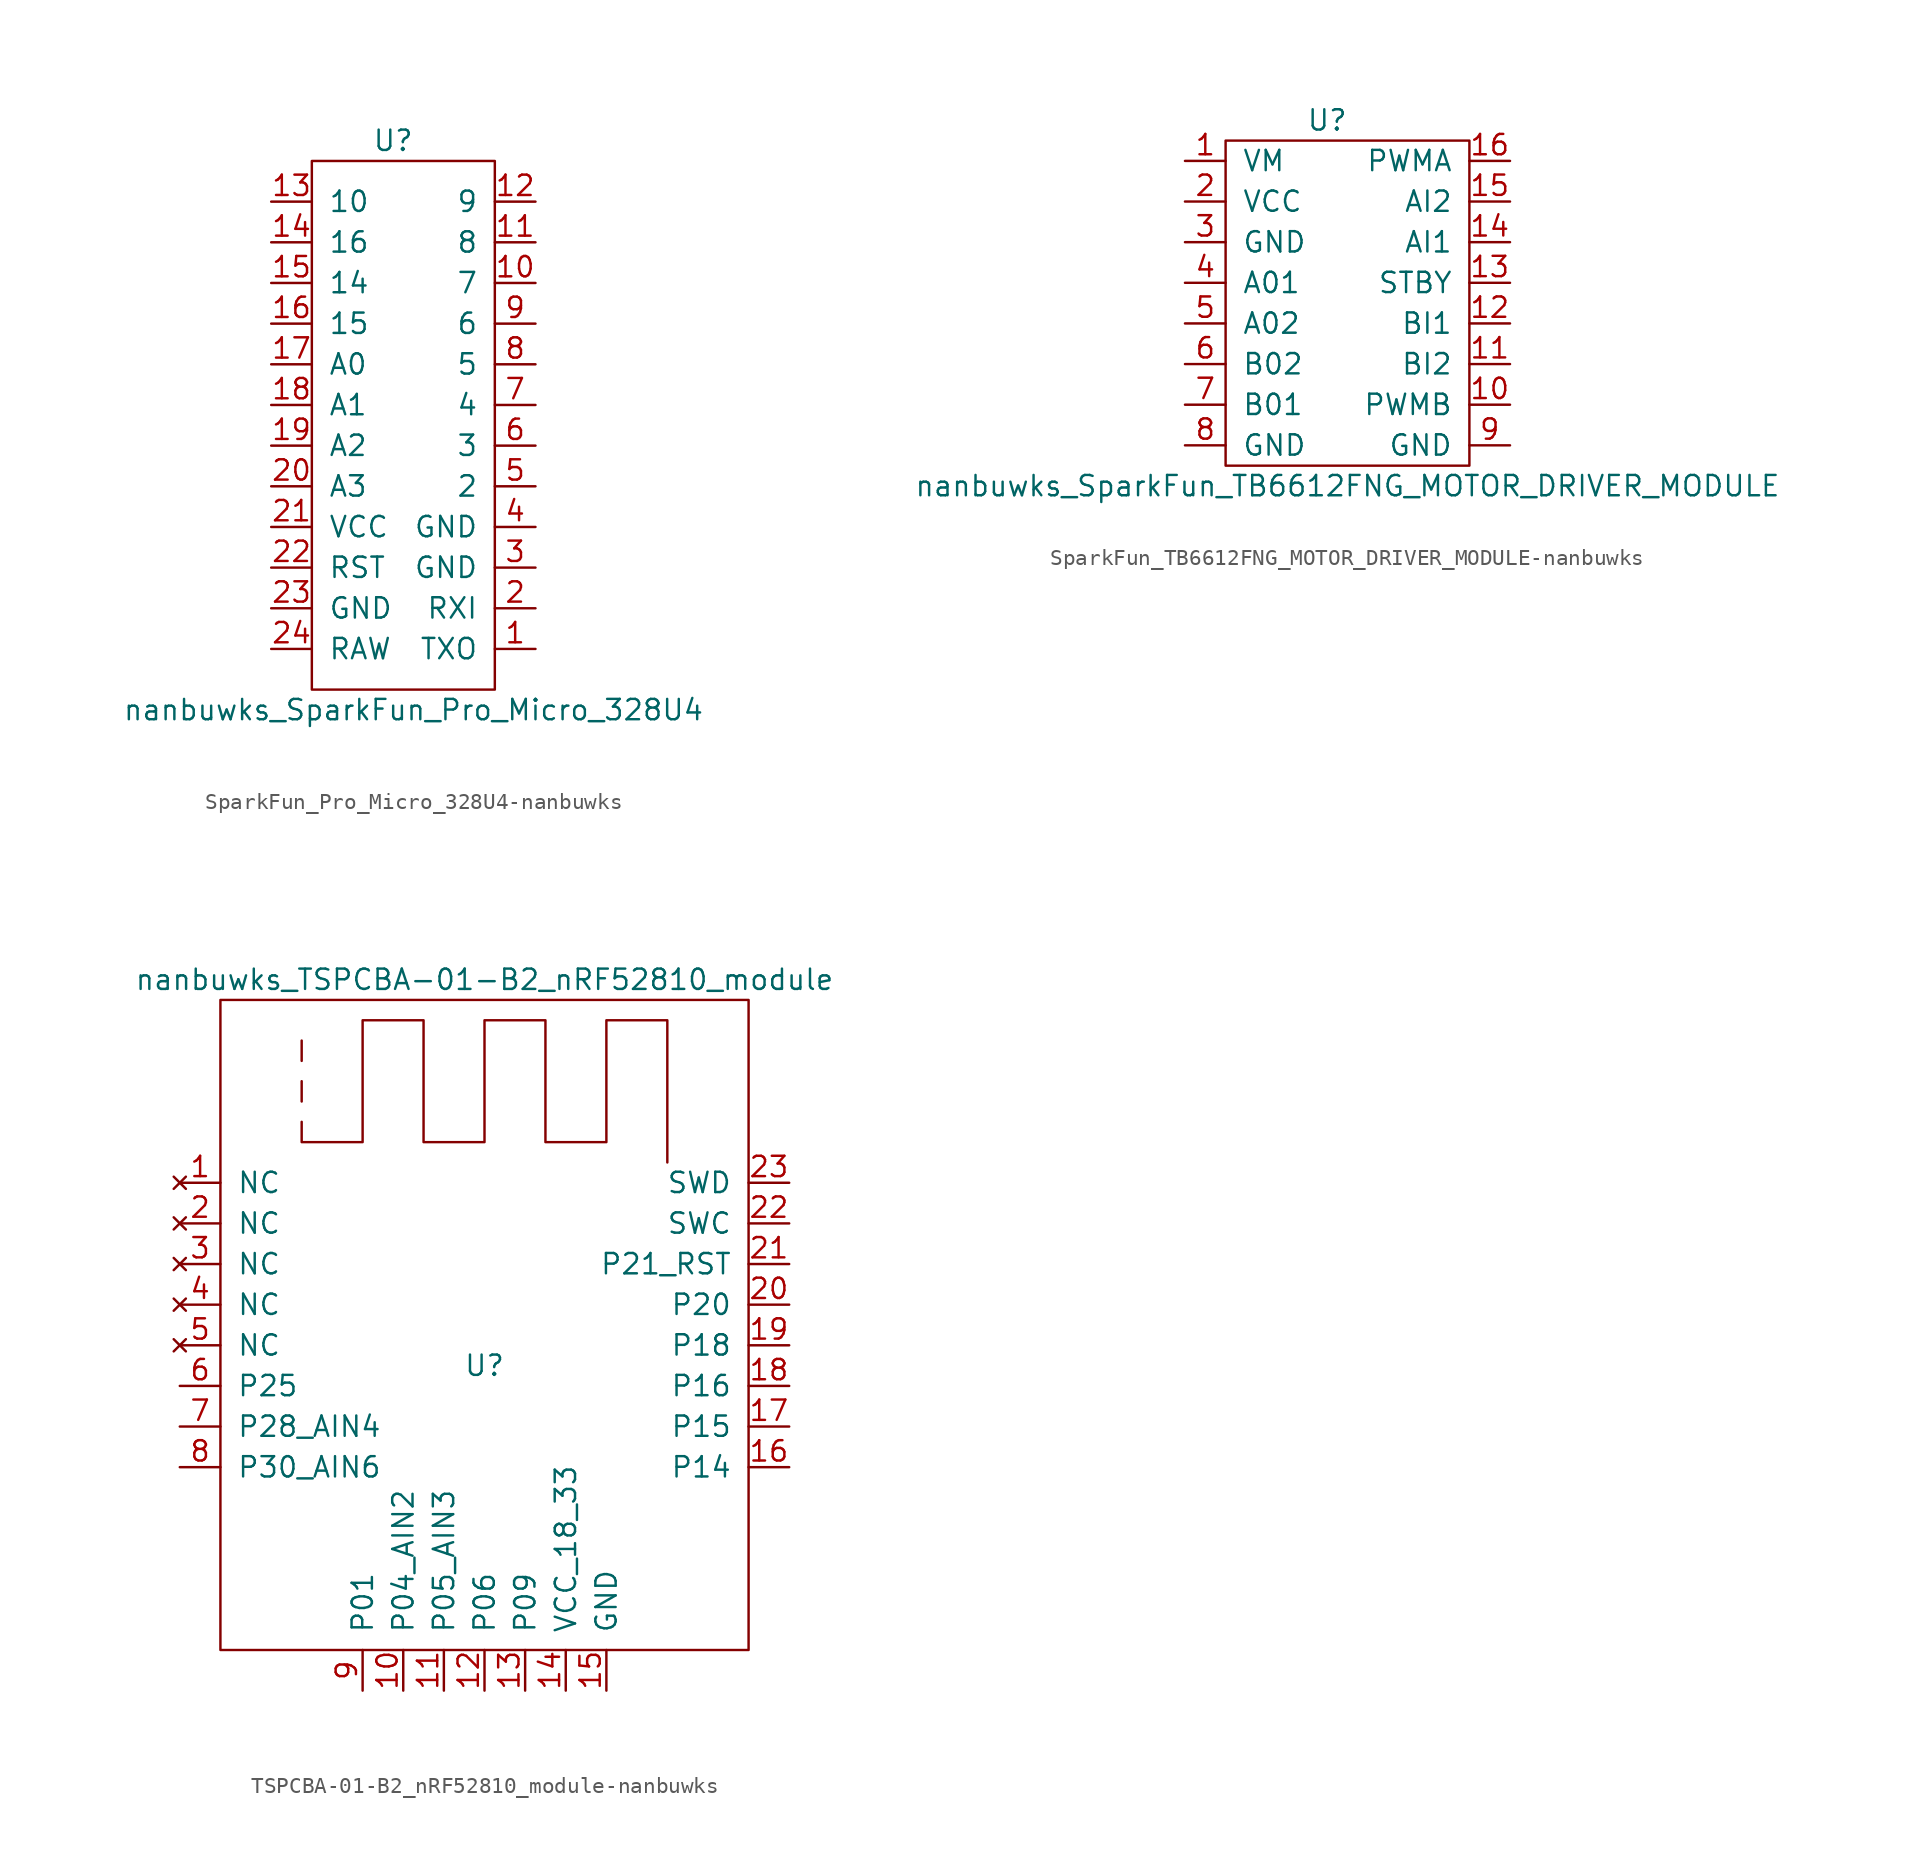
<source format=kicad_sym>
(kicad_symbol_lib
  (version 20220914)
  (generator kicad_symbol_editor)
  (symbol "SparkFun_Pro_Micro_328U4-nanbuwks"
    (pin_names
      (offset 1.016))
    (property "Reference" "U"
      (at -1.27 17.78 0)
      (effects (font (size 1.27 1.27))))
    (property "Value" "nanbuwks_SparkFun_Pro_Micro_328U4"
      (at 0 -17.78 0)
      (effects (font (size 1.27 1.27))))
    (symbol "SparkFun_Pro_Micro_328U4-nanbuwks_0_1"
      (rectangle (start -6.35 16.51) (end 5.08 -16.51) (stroke (width 0) (type solid)) (fill (type none))))
    (symbol "SparkFun_Pro_Micro_328U4-nanbuwks_1_1"
      (pin input line (at 7.62 -13.97 180) (length 2.54) (name "TXO" (effects (font (size 1.27 1.27)))) (number "1" (effects (font (size 1.27 1.27)))))
      (pin bidirectional line (at 7.62 8.89 180) (length 2.54) (name "7" (effects (font (size 1.27 1.27)))) (number "10" (effects (font (size 1.27 1.27)))))
      (pin bidirectional line (at 7.62 11.43 180) (length 2.54) (name "8" (effects (font (size 1.27 1.27)))) (number "11" (effects (font (size 1.27 1.27)))))
      (pin bidirectional line (at 7.62 13.97 180) (length 2.54) (name "9" (effects (font (size 1.27 1.27)))) (number "12" (effects (font (size 1.27 1.27)))))
      (pin bidirectional line (at -8.89 13.97 0) (length 2.54) (name "10" (effects (font (size 1.27 1.27)))) (number "13" (effects (font (size 1.27 1.27)))))
      (pin bidirectional line (at -8.89 11.43 0) (length 2.54) (name "16" (effects (font (size 1.27 1.27)))) (number "14" (effects (font (size 1.27 1.27)))))
      (pin bidirectional line (at -8.89 8.89 0) (length 2.54) (name "14" (effects (font (size 1.27 1.27)))) (number "15" (effects (font (size 1.27 1.27)))))
      (pin bidirectional line (at -8.89 6.35 0) (length 2.54) (name "15" (effects (font (size 1.27 1.27)))) (number "16" (effects (font (size 1.27 1.27)))))
      (pin bidirectional line (at -8.89 3.81 0) (length 2.54) (name "A0" (effects (font (size 1.27 1.27)))) (number "17" (effects (font (size 1.27 1.27)))))
      (pin bidirectional line (at -8.89 1.27 0) (length 2.54) (name "A1" (effects (font (size 1.27 1.27)))) (number "18" (effects (font (size 1.27 1.27)))))
      (pin bidirectional line (at -8.89 -1.27 0) (length 2.54) (name "A2" (effects (font (size 1.27 1.27)))) (number "19" (effects (font (size 1.27 1.27)))))
      (pin input line (at 7.62 -11.43 180) (length 2.54) (name "RXI" (effects (font (size 1.27 1.27)))) (number "2" (effects (font (size 1.27 1.27)))))
      (pin bidirectional line (at -8.89 -3.81 0) (length 2.54) (name "A3" (effects (font (size 1.27 1.27)))) (number "20" (effects (font (size 1.27 1.27)))))
      (pin power_in line (at -8.89 -6.35 0) (length 2.54) (name "VCC" (effects (font (size 1.27 1.27)))) (number "21" (effects (font (size 1.27 1.27)))))
      (pin power_in line (at -8.89 -8.89 0) (length 2.54) (name "RST" (effects (font (size 1.27 1.27)))) (number "22" (effects (font (size 1.27 1.27)))))
      (pin power_in line (at -8.89 -11.43 0) (length 2.54) (name "GND" (effects (font (size 1.27 1.27)))) (number "23" (effects (font (size 1.27 1.27)))))
      (pin power_in line (at -8.89 -13.97 0) (length 2.54) (name "RAW" (effects (font (size 1.27 1.27)))) (number "24" (effects (font (size 1.27 1.27)))))
      (pin power_in line (at 7.62 -8.89 180) (length 2.54) (name "GND" (effects (font (size 1.27 1.27)))) (number "3" (effects (font (size 1.27 1.27)))))
      (pin power_in line (at 7.62 -6.35 180) (length 2.54) (name "GND" (effects (font (size 1.27 1.27)))) (number "4" (effects (font (size 1.27 1.27)))))
      (pin bidirectional line (at 7.62 -3.81 180) (length 2.54) (name "2" (effects (font (size 1.27 1.27)))) (number "5" (effects (font (size 1.27 1.27)))))
      (pin bidirectional line (at 7.62 -1.27 180) (length 2.54) (name "3" (effects (font (size 1.27 1.27)))) (number "6" (effects (font (size 1.27 1.27)))))
      (pin bidirectional line (at 7.62 1.27 180) (length 2.54) (name "4" (effects (font (size 1.27 1.27)))) (number "7" (effects (font (size 1.27 1.27)))))
      (pin bidirectional line (at 7.62 3.81 180) (length 2.54) (name "5" (effects (font (size 1.27 1.27)))) (number "8" (effects (font (size 1.27 1.27)))))
      (pin bidirectional line (at 7.62 6.35 180) (length 2.54) (name "6" (effects (font (size 1.27 1.27)))) (number "9" (effects (font (size 1.27 1.27)))))))
  (symbol "SparkFun_TB6612FNG_MOTOR_DRIVER_MODULE-nanbuwks"
    (pin_names
      (offset 1.016))
    (property "Reference" "U"
      (at -1.27 11.43 0)
      (effects (font (size 1.27 1.27))))
    (property "Value" "nanbuwks_SparkFun_TB6612FNG_MOTOR_DRIVER_MODULE"
      (at 0 -11.43 0)
      (effects (font (size 1.27 1.27))))
    (symbol "SparkFun_TB6612FNG_MOTOR_DRIVER_MODULE-nanbuwks_0_1"
      (rectangle (start -7.62 10.16) (end 7.62 -10.16) (stroke (width 0) (type solid)) (fill (type none))))
    (symbol "SparkFun_TB6612FNG_MOTOR_DRIVER_MODULE-nanbuwks_1_1"
      (pin power_in line (at -10.16 8.89 0) (length 2.54) (name "VM" (effects (font (size 1.27 1.27)))) (number "1" (effects (font (size 1.27 1.27)))))
      (pin input line (at 10.16 -6.35 180) (length 2.54) (name "PWMB" (effects (font (size 1.27 1.27)))) (number "10" (effects (font (size 1.27 1.27)))))
      (pin input line (at 10.16 -3.81 180) (length 2.54) (name "BI2" (effects (font (size 1.27 1.27)))) (number "11" (effects (font (size 1.27 1.27)))))
      (pin input line (at 10.16 -1.27 180) (length 2.54) (name "BI1" (effects (font (size 1.27 1.27)))) (number "12" (effects (font (size 1.27 1.27)))))
      (pin input line (at 10.16 1.27 180) (length 2.54) (name "STBY" (effects (font (size 1.27 1.27)))) (number "13" (effects (font (size 1.27 1.27)))))
      (pin input line (at 10.16 3.81 180) (length 2.54) (name "AI1" (effects (font (size 1.27 1.27)))) (number "14" (effects (font (size 1.27 1.27)))))
      (pin input line (at 10.16 6.35 180) (length 2.54) (name "AI2" (effects (font (size 1.27 1.27)))) (number "15" (effects (font (size 1.27 1.27)))))
      (pin input line (at 10.16 8.89 180) (length 2.54) (name "PWMA" (effects (font (size 1.27 1.27)))) (number "16" (effects (font (size 1.27 1.27)))))
      (pin power_in line (at -10.16 6.35 0) (length 2.54) (name "VCC" (effects (font (size 1.27 1.27)))) (number "2" (effects (font (size 1.27 1.27)))))
      (pin power_in line (at -10.16 3.81 0) (length 2.54) (name "GND" (effects (font (size 1.27 1.27)))) (number "3" (effects (font (size 1.27 1.27)))))
      (pin output line (at -10.16 1.27 0) (length 2.54) (name "A01" (effects (font (size 1.27 1.27)))) (number "4" (effects (font (size 1.27 1.27)))))
      (pin output line (at -10.16 -1.27 0) (length 2.54) (name "A02" (effects (font (size 1.27 1.27)))) (number "5" (effects (font (size 1.27 1.27)))))
      (pin output line (at -10.16 -3.81 0) (length 2.54) (name "B02" (effects (font (size 1.27 1.27)))) (number "6" (effects (font (size 1.27 1.27)))))
      (pin output line (at -10.16 -6.35 0) (length 2.54) (name "B01" (effects (font (size 1.27 1.27)))) (number "7" (effects (font (size 1.27 1.27)))))
      (pin power_in line (at -10.16 -8.89 0) (length 2.54) (name "GND" (effects (font (size 1.27 1.27)))) (number "8" (effects (font (size 1.27 1.27)))))
      (pin power_in line (at 10.16 -8.89 180) (length 2.54) (name "GND" (effects (font (size 1.27 1.27)))) (number "9" (effects (font (size 1.27 1.27)))))))
  (symbol "TSPCBA-01-B2_nRF52810_module-nanbuwks"
    (pin_names
      (offset 1.016))
    (property "Reference" "U"
      (at 0 0 0)
      (effects (font (size 1.27 1.27))))
    (property "Value" "nanbuwks_TSPCBA-01-B2_nRF52810_module"
      (at 0 24.13 0)
      (effects (font (size 1.27 1.27))))
    (symbol "TSPCBA-01-B2_nRF52810_module-nanbuwks_0_1"
      (rectangle (start -16.51 22.86) (end 16.51 -17.78) (stroke (width 0) (type solid)) (fill (type none)))
      (polyline (pts (xy -11.43 16.51) (xy -11.43 17.78)) (stroke (width 0) (type solid)) (fill (type none)))
      (polyline (pts (xy -11.43 19.05) (xy -11.43 20.32)) (stroke (width 0) (type solid)) (fill (type none)))
      (polyline (pts (xy 11.43 12.7) (xy 11.43 20.32) (xy 11.43 21.59) (xy 7.62 21.59) (xy 7.62 13.97) (xy 3.81 13.97) (xy 3.81 21.59) (xy 0 21.59) (xy 0 13.97) (xy -3.81 13.97) (xy -3.81 21.59) (xy -7.62 21.59) (xy -7.62 13.97) (xy -11.43 13.97) (xy -11.43 15.24)) (stroke (width 0) (type solid)) (fill (type none))))
    (symbol "TSPCBA-01-B2_nRF52810_module-nanbuwks_1_1"
      (pin no_connect line (at -19.05 11.43 0) (length 2.54) (name "NC" (effects (font (size 1.27 1.27)))) (number "1" (effects (font (size 1.27 1.27)))))
      (pin bidirectional line (at -5.08 -20.32 90) (length 2.54) (name "P04_AIN2" (effects (font (size 1.27 1.27)))) (number "10" (effects (font (size 1.27 1.27)))))
      (pin bidirectional line (at -2.54 -20.32 90) (length 2.54) (name "P05_AIN3" (effects (font (size 1.27 1.27)))) (number "11" (effects (font (size 1.27 1.27)))))
      (pin bidirectional line (at 0 -20.32 90) (length 2.54) (name "P06" (effects (font (size 1.27 1.27)))) (number "12" (effects (font (size 1.27 1.27)))))
      (pin bidirectional line (at 2.54 -20.32 90) (length 2.54) (name "P09" (effects (font (size 1.27 1.27)))) (number "13" (effects (font (size 1.27 1.27)))))
      (pin power_in line (at 5.08 -20.32 90) (length 2.54) (name "VCC_18_33" (effects (font (size 1.27 1.27)))) (number "14" (effects (font (size 1.27 1.27)))))
      (pin power_in line (at 7.62 -20.32 90) (length 2.54) (name "GND" (effects (font (size 1.27 1.27)))) (number "15" (effects (font (size 1.27 1.27)))))
      (pin bidirectional line (at 19.05 -6.35 180) (length 2.54) (name "P14" (effects (font (size 1.27 1.27)))) (number "16" (effects (font (size 1.27 1.27)))))
      (pin bidirectional line (at 19.05 -3.81 180) (length 2.54) (name "P15" (effects (font (size 1.27 1.27)))) (number "17" (effects (font (size 1.27 1.27)))))
      (pin bidirectional line (at 19.05 -1.27 180) (length 2.54) (name "P16" (effects (font (size 1.27 1.27)))) (number "18" (effects (font (size 1.27 1.27)))))
      (pin bidirectional line (at 19.05 1.27 180) (length 2.54) (name "P18" (effects (font (size 1.27 1.27)))) (number "19" (effects (font (size 1.27 1.27)))))
      (pin no_connect line (at -19.05 8.89 0) (length 2.54) (name "NC" (effects (font (size 1.27 1.27)))) (number "2" (effects (font (size 1.27 1.27)))))
      (pin bidirectional line (at 19.05 3.81 180) (length 2.54) (name "P20" (effects (font (size 1.27 1.27)))) (number "20" (effects (font (size 1.27 1.27)))))
      (pin bidirectional line (at 19.05 6.35 180) (length 2.54) (name "P21_RST" (effects (font (size 1.27 1.27)))) (number "21" (effects (font (size 1.27 1.27)))))
      (pin bidirectional line (at 19.05 8.89 180) (length 2.54) (name "SWC" (effects (font (size 1.27 1.27)))) (number "22" (effects (font (size 1.27 1.27)))))
      (pin bidirectional line (at 19.05 11.43 180) (length 2.54) (name "SWD" (effects (font (size 1.27 1.27)))) (number "23" (effects (font (size 1.27 1.27)))))
      (pin no_connect line (at -19.05 6.35 0) (length 2.54) (name "NC" (effects (font (size 1.27 1.27)))) (number "3" (effects (font (size 1.27 1.27)))))
      (pin no_connect line (at -19.05 3.81 0) (length 2.54) (name "NC" (effects (font (size 1.27 1.27)))) (number "4" (effects (font (size 1.27 1.27)))))
      (pin no_connect line (at -19.05 1.27 0) (length 2.54) (name "NC" (effects (font (size 1.27 1.27)))) (number "5" (effects (font (size 1.27 1.27)))))
      (pin bidirectional line (at -19.05 -1.27 0) (length 2.54) (name "P25" (effects (font (size 1.27 1.27)))) (number "6" (effects (font (size 1.27 1.27)))))
      (pin bidirectional line (at -19.05 -3.81 0) (length 2.54) (name "P28_AIN4" (effects (font (size 1.27 1.27)))) (number "7" (effects (font (size 1.27 1.27)))))
      (pin bidirectional line (at -19.05 -6.35 0) (length 2.54) (name "P30_AIN6" (effects (font (size 1.27 1.27)))) (number "8" (effects (font (size 1.27 1.27)))))
      (pin bidirectional line (at -7.62 -20.32 90) (length 2.54) (name "P01" (effects (font (size 1.27 1.27)))) (number "9" (effects (font (size 1.27 1.27))))))))
</source>
